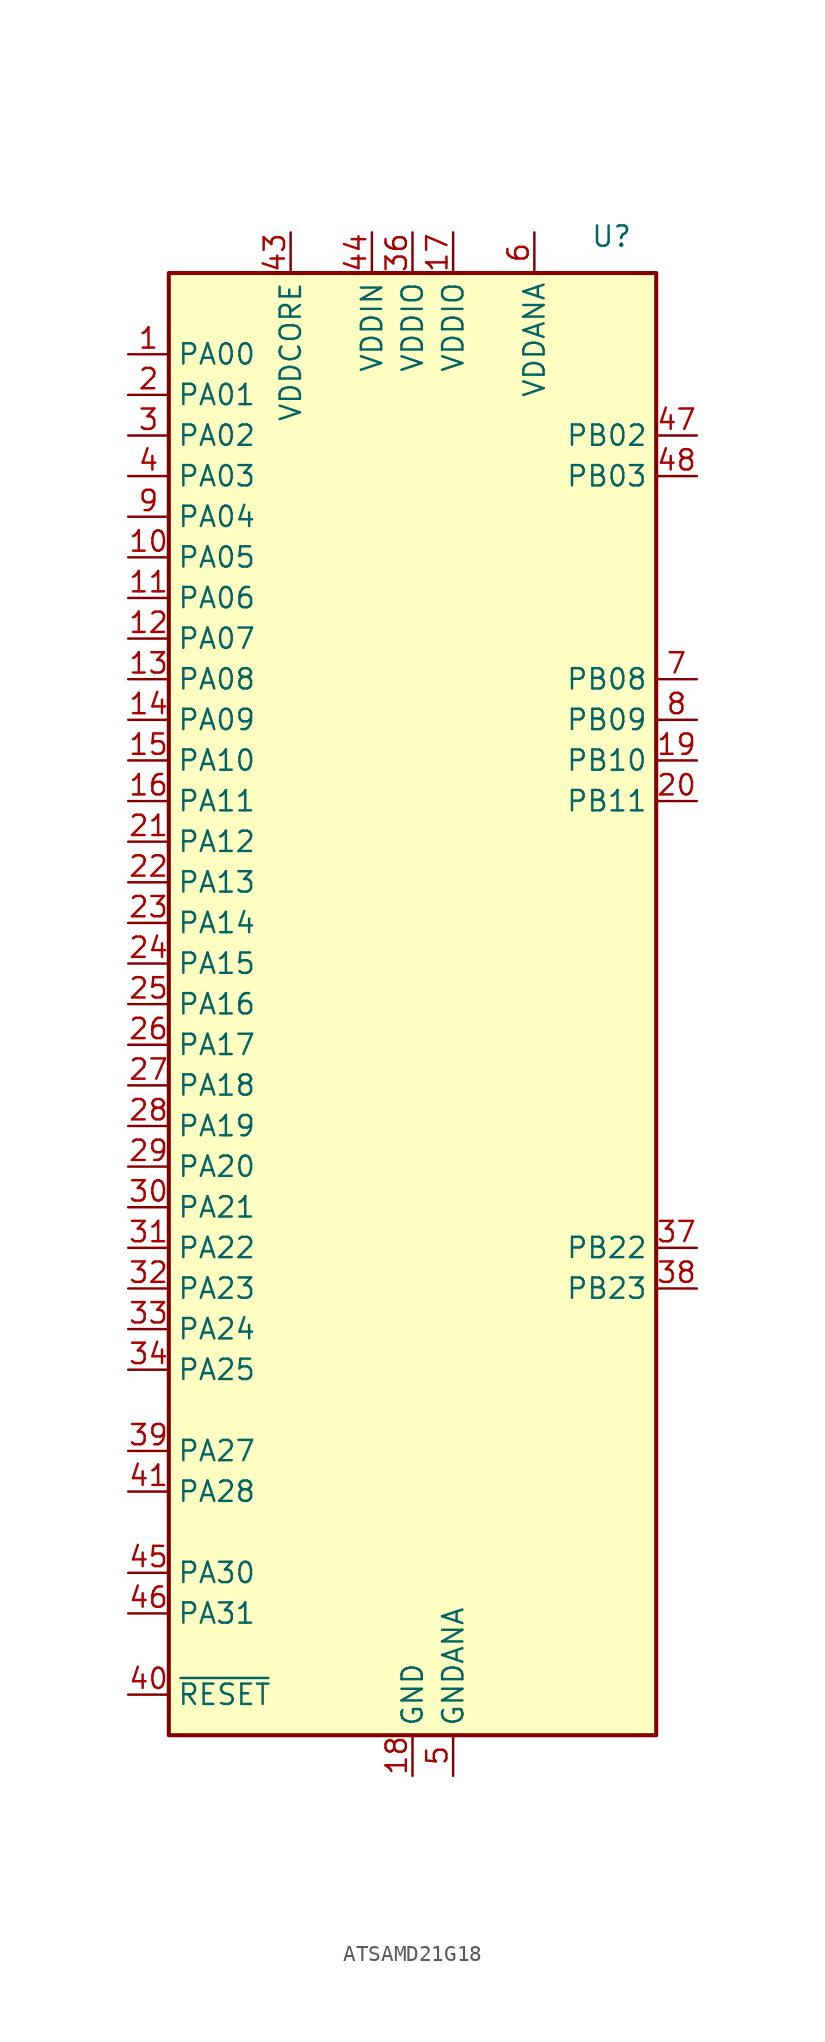
<source format=kicad_sym>
(kicad_symbol_lib
  (version 20241209)
  (generator "kicad_symbol_editor")
  (generator_version "9.0")
  (symbol "ATSAMD21G18"
    (property "Reference" "U"
      (at 12.446 48.006 0)
      (effects (font (size 1.27 1.27))))
    (property "Value" ""
      (at 0 0 0)
      (effects (font (size 1.27 1.27))))
    (symbol "ATSAMD21G18_0_1"
      (rectangle (start -15.24 45.72) (end 15.24 -45.72) (stroke (width 0.254) (type default)) (fill (type background))))
    (symbol "ATSAMD21G18_1_1"
      (pin bidirectional line (at -17.78 40.64 0) (length 2.54) (name "PA00" (effects (font (size 1.27 1.27)))) (number "1" (effects (font (size 1.27 1.27)))) (alternate "XIN32" bidirectional line))
      (pin bidirectional line (at -17.78 38.1 0) (length 2.54) (name "PA01" (effects (font (size 1.27 1.27)))) (number "2" (effects (font (size 1.27 1.27)))) (alternate "XOUT32" bidirectional line))
      (pin bidirectional line (at -17.78 35.56 0) (length 2.54) (name "PA02" (effects (font (size 1.27 1.27)))) (number "3" (effects (font (size 1.27 1.27)))))
      (pin bidirectional line (at -17.78 33.02 0) (length 2.54) (name "PA03" (effects (font (size 1.27 1.27)))) (number "4" (effects (font (size 1.27 1.27)))))
      (pin bidirectional line (at -17.78 30.48 0) (length 2.54) (name "PA04" (effects (font (size 1.27 1.27)))) (number "9" (effects (font (size 1.27 1.27)))))
      (pin bidirectional line (at -17.78 27.94 0) (length 2.54) (name "PA05" (effects (font (size 1.27 1.27)))) (number "10" (effects (font (size 1.27 1.27)))))
      (pin bidirectional line (at -17.78 25.4 0) (length 2.54) (name "PA06" (effects (font (size 1.27 1.27)))) (number "11" (effects (font (size 1.27 1.27)))))
      (pin bidirectional line (at -17.78 22.86 0) (length 2.54) (name "PA07" (effects (font (size 1.27 1.27)))) (number "12" (effects (font (size 1.27 1.27)))))
      (pin bidirectional line (at -17.78 20.32 0) (length 2.54) (name "PA08" (effects (font (size 1.27 1.27)))) (number "13" (effects (font (size 1.27 1.27)))))
      (pin bidirectional line (at -17.78 17.78 0) (length 2.54) (name "PA09" (effects (font (size 1.27 1.27)))) (number "14" (effects (font (size 1.27 1.27)))))
      (pin bidirectional line (at -17.78 15.24 0) (length 2.54) (name "PA10" (effects (font (size 1.27 1.27)))) (number "15" (effects (font (size 1.27 1.27)))))
      (pin bidirectional line (at -17.78 12.7 0) (length 2.54) (name "PA11" (effects (font (size 1.27 1.27)))) (number "16" (effects (font (size 1.27 1.27)))))
      (pin bidirectional line (at -17.78 10.16 0) (length 2.54) (name "PA12" (effects (font (size 1.27 1.27)))) (number "21" (effects (font (size 1.27 1.27)))))
      (pin bidirectional line (at -17.78 7.62 0) (length 2.54) (name "PA13" (effects (font (size 1.27 1.27)))) (number "22" (effects (font (size 1.27 1.27)))))
      (pin bidirectional line (at -17.78 5.08 0) (length 2.54) (name "PA14" (effects (font (size 1.27 1.27)))) (number "23" (effects (font (size 1.27 1.27)))))
      (pin bidirectional line (at -17.78 2.54 0) (length 2.54) (name "PA15" (effects (font (size 1.27 1.27)))) (number "24" (effects (font (size 1.27 1.27)))))
      (pin bidirectional line (at -17.78 0 0) (length 2.54) (name "PA16" (effects (font (size 1.27 1.27)))) (number "25" (effects (font (size 1.27 1.27)))))
      (pin bidirectional line (at -17.78 -2.54 0) (length 2.54) (name "PA17" (effects (font (size 1.27 1.27)))) (number "26" (effects (font (size 1.27 1.27)))))
      (pin bidirectional line (at -17.78 -5.08 0) (length 2.54) (name "PA18" (effects (font (size 1.27 1.27)))) (number "27" (effects (font (size 1.27 1.27)))) (alternate "USB_ID" bidirectional line))
      (pin bidirectional line (at -17.78 -7.62 0) (length 2.54) (name "PA19" (effects (font (size 1.27 1.27)))) (number "28" (effects (font (size 1.27 1.27)))))
      (pin bidirectional line (at -17.78 -10.16 0) (length 2.54) (name "PA20" (effects (font (size 1.27 1.27)))) (number "29" (effects (font (size 1.27 1.27)))))
      (pin bidirectional line (at -17.78 -12.7 0) (length 2.54) (name "PA21" (effects (font (size 1.27 1.27)))) (number "30" (effects (font (size 1.27 1.27)))))
      (pin bidirectional line (at -17.78 -15.24 0) (length 2.54) (name "PA22" (effects (font (size 1.27 1.27)))) (number "31" (effects (font (size 1.27 1.27)))))
      (pin bidirectional line (at -17.78 -17.78 0) (length 2.54) (name "PA23" (effects (font (size 1.27 1.27)))) (number "32" (effects (font (size 1.27 1.27)))))
      (pin bidirectional line (at -17.78 -20.32 0) (length 2.54) (name "PA24" (effects (font (size 1.27 1.27)))) (number "33" (effects (font (size 1.27 1.27)))) (alternate "USB_DM" bidirectional line))
      (pin bidirectional line (at -17.78 -22.86 0) (length 2.54) (name "PA25" (effects (font (size 1.27 1.27)))) (number "34" (effects (font (size 1.27 1.27)))) (alternate "USB_DP" bidirectional line))
      (pin bidirectional line (at -17.78 -27.94 0) (length 2.54) (name "PA27" (effects (font (size 1.27 1.27)))) (number "39" (effects (font (size 1.27 1.27)))))
      (pin bidirectional line (at -17.78 -30.48 0) (length 2.54) (name "PA28" (effects (font (size 1.27 1.27)))) (number "41" (effects (font (size 1.27 1.27)))))
      (pin bidirectional line (at -17.78 -35.56 0) (length 2.54) (name "PA30" (effects (font (size 1.27 1.27)))) (number "45" (effects (font (size 1.27 1.27)))) (alternate "SWCLK" bidirectional line))
      (pin bidirectional line (at -17.78 -38.1 0) (length 2.54) (name "PA31" (effects (font (size 1.27 1.27)))) (number "46" (effects (font (size 1.27 1.27)))) (alternate "SWDIO" bidirectional line))
      (pin input line (at -17.78 -43.18 0) (length 2.54) (name "~{RESET}" (effects (font (size 1.27 1.27)))) (number "40" (effects (font (size 1.27 1.27)))))
      (pin power_out line (at -7.62 48.26 270) (length 2.54) (name "VDDCORE" (effects (font (size 1.27 1.27)))) (number "43" (effects (font (size 1.27 1.27)))))
      (pin power_in line (at -2.54 48.26 270) (length 2.54) (name "VDDIN" (effects (font (size 1.27 1.27)))) (number "44" (effects (font (size 1.27 1.27)))))
      (pin power_in line (at 0 48.26 270) (length 2.54) (name "VDDIO" (effects (font (size 1.27 1.27)))) (number "36" (effects (font (size 1.27 1.27)))))
      (pin power_in line (at 0 -48.26 90) (length 2.54) (name "GND" (effects (font (size 1.27 1.27)))) (number "18" (effects (font (size 1.27 1.27)))))
      (pin passive line (at 0 -48.26 90) (length 2.54) (hide yes) (name "GND" (effects (font (size 1.27 1.27)))) (number "35" (effects (font (size 1.27 1.27)))))
      (pin passive line (at 0 -48.26 90) (length 2.54) (hide yes) (name "GND" (effects (font (size 1.27 1.27)))) (number "42" (effects (font (size 1.27 1.27)))))
      (pin power_in line (at 2.54 48.26 270) (length 2.54) (name "VDDIO" (effects (font (size 1.27 1.27)))) (number "17" (effects (font (size 1.27 1.27)))))
      (pin power_in line (at 2.54 -48.26 90) (length 2.54) (name "GNDANA" (effects (font (size 1.27 1.27)))) (number "5" (effects (font (size 1.27 1.27)))))
      (pin power_in line (at 7.62 48.26 270) (length 2.54) (name "VDDANA" (effects (font (size 1.27 1.27)))) (number "6" (effects (font (size 1.27 1.27)))))
      (pin bidirectional line (at 17.78 35.56 180) (length 2.54) (name "PB02" (effects (font (size 1.27 1.27)))) (number "47" (effects (font (size 1.27 1.27)))))
      (pin bidirectional line (at 17.78 33.02 180) (length 2.54) (name "PB03" (effects (font (size 1.27 1.27)))) (number "48" (effects (font (size 1.27 1.27)))))
      (pin bidirectional line (at 17.78 20.32 180) (length 2.54) (name "PB08" (effects (font (size 1.27 1.27)))) (number "7" (effects (font (size 1.27 1.27)))))
      (pin bidirectional line (at 17.78 17.78 180) (length 2.54) (name "PB09" (effects (font (size 1.27 1.27)))) (number "8" (effects (font (size 1.27 1.27)))))
      (pin bidirectional line (at 17.78 15.24 180) (length 2.54) (name "PB10" (effects (font (size 1.27 1.27)))) (number "19" (effects (font (size 1.27 1.27)))))
      (pin bidirectional line (at 17.78 12.7 180) (length 2.54) (name "PB11" (effects (font (size 1.27 1.27)))) (number "20" (effects (font (size 1.27 1.27)))))
      (pin bidirectional line (at 17.78 -15.24 180) (length 2.54) (name "PB22" (effects (font (size 1.27 1.27)))) (number "37" (effects (font (size 1.27 1.27)))))
      (pin bidirectional line (at 17.78 -17.78 180) (length 2.54) (name "PB23" (effects (font (size 1.27 1.27)))) (number "38" (effects (font (size 1.27 1.27))))))))
</source>
